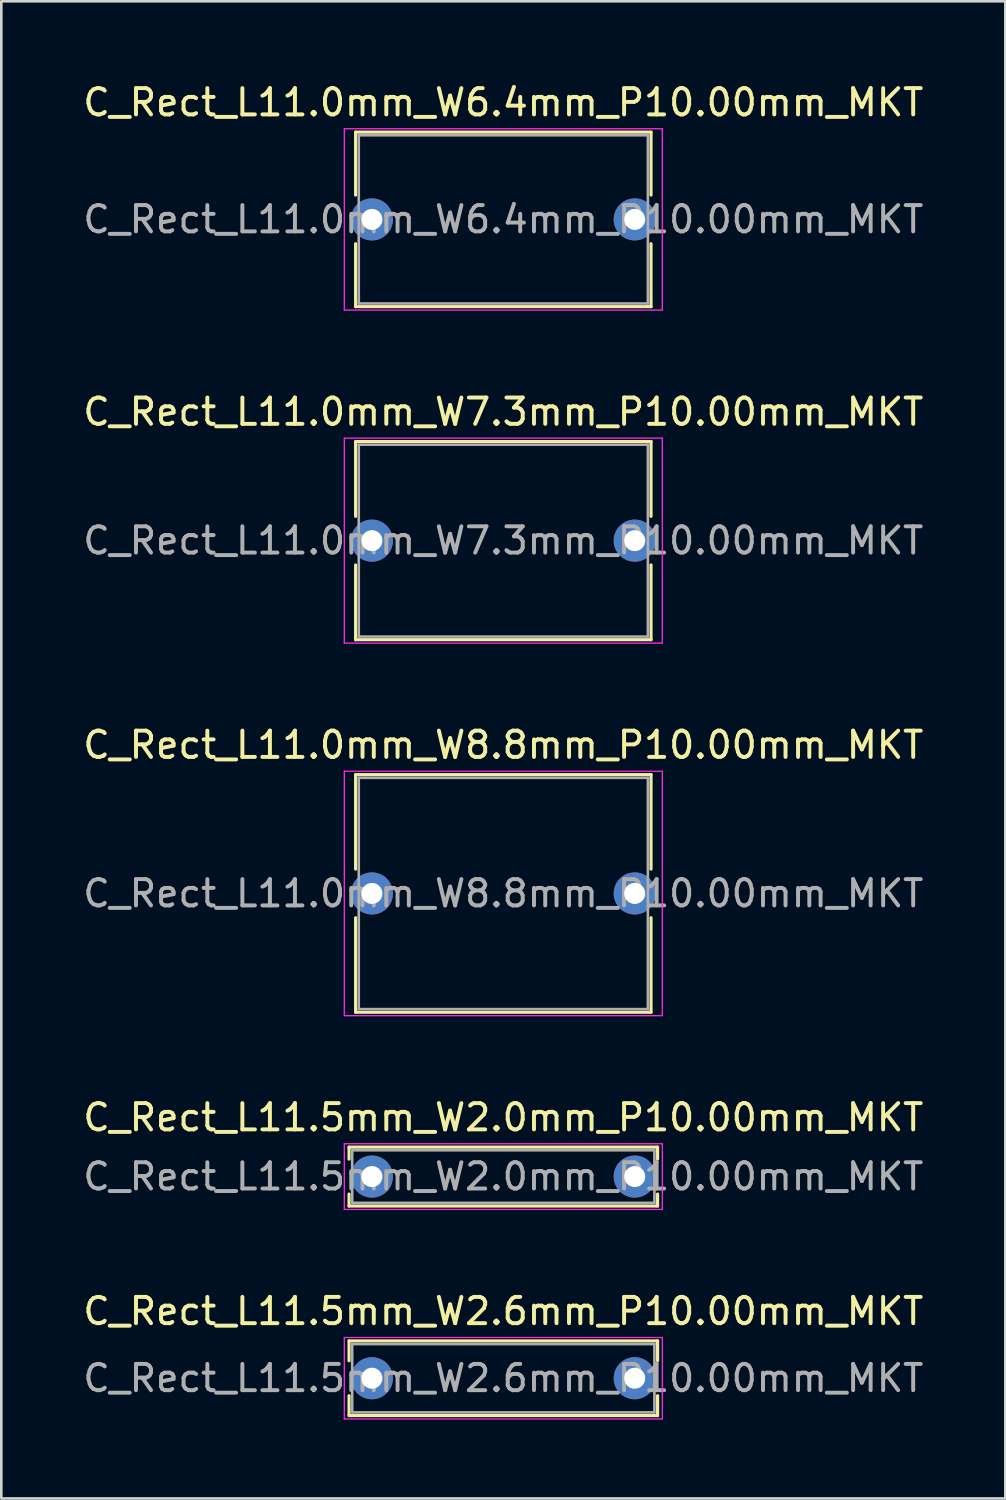
<source format=kicad_pcb>
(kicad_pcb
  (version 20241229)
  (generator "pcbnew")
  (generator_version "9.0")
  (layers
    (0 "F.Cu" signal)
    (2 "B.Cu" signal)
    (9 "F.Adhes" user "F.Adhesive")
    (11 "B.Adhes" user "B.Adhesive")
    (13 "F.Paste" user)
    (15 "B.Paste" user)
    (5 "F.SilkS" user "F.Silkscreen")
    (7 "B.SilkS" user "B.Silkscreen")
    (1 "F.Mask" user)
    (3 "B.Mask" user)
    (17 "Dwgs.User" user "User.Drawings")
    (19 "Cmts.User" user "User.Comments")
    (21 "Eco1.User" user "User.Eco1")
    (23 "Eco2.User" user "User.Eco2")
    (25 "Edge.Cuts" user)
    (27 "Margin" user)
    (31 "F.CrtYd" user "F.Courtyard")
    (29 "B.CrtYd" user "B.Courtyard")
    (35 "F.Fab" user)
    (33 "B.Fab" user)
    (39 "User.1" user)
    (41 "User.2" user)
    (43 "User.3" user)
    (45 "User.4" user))
  (footprint "C_Rect_L11.0mm_W6.4mm_P10.00mm_MKT"
    (layer "F.Cu")
    (at 11.101 5.298)
    (property "Reference" "C_Rect_L11.0mm_W6.4mm_P10.00mm_MKT" (at 5 -4.45 0) (layer "F.SilkS") (effects (font (size 1 1) (thickness 0.15))))
    (attr through_hole)
    (fp_line (start -0.62 -3.32) (end -0.62 -0.925) (stroke (width 0.12) (type solid)) (layer "F.SilkS"))
    (fp_line (start -0.62 -3.32) (end 10.62 -3.32) (stroke (width 0.12) (type solid)) (layer "F.SilkS"))
    (fp_line (start -0.62 0.925) (end -0.62 3.32) (stroke (width 0.12) (type solid)) (layer "F.SilkS"))
    (fp_line (start -0.62 3.32) (end 10.62 3.32) (stroke (width 0.12) (type solid)) (layer "F.SilkS"))
    (fp_line (start 10.62 -3.32) (end 10.62 -0.925) (stroke (width 0.12) (type solid)) (layer "F.SilkS"))
    (fp_line (start 10.62 0.925) (end 10.62 3.32) (stroke (width 0.12) (type solid)) (layer "F.SilkS"))
    (fp_line (start -1.05 -3.45) (end -1.05 3.45) (stroke (width 0.05) (type solid)) (layer "F.CrtYd"))
    (fp_line (start -1.05 3.45) (end 11.05 3.45) (stroke (width 0.05) (type solid)) (layer "F.CrtYd"))
    (fp_line (start 11.05 -3.45) (end -1.05 -3.45) (stroke (width 0.05) (type solid)) (layer "F.CrtYd"))
    (fp_line (start 11.05 3.45) (end 11.05 -3.45) (stroke (width 0.05) (type solid)) (layer "F.CrtYd"))
    (fp_line (start -0.5 -3.2) (end -0.5 3.2) (stroke (width 0.1) (type solid)) (layer "F.Fab"))
    (fp_line (start -0.5 3.2) (end 10.5 3.2) (stroke (width 0.1) (type solid)) (layer "F.Fab"))
    (fp_line (start 10.5 -3.2) (end -0.5 -3.2) (stroke (width 0.1) (type solid)) (layer "F.Fab"))
    (fp_line (start 10.5 3.2) (end 10.5 -3.2) (stroke (width 0.1) (type solid)) (layer "F.Fab"))
    (fp_text user "${REFERENCE}" (at 5 0 0) (layer "F.Fab") (effects (font (size 1 1) (thickness 0.15))))
    (pad "1" thru_hole circle (at 0 0) (size 1.6 1.6) (drill 0.8) (layers "*.Cu" "*.Mask"))
    (pad "2" thru_hole circle (at 10 0) (size 1.6 1.6) (drill 0.8) (layers "*.Cu" "*.Mask")))
  (footprint "C_Rect_L11.5mm_W2.0mm_P10.00mm_MKT"
    (layer "F.Cu")
    (at 11.101 41.718)
    (property "Reference" "C_Rect_L11.5mm_W2.0mm_P10.00mm_MKT" (at 5 -2.25 0) (layer "F.SilkS") (effects (font (size 1 1) (thickness 0.15))))
    (attr through_hole)
    (fp_line (start -0.87 -1.12) (end -0.87 -0.665) (stroke (width 0.12) (type solid)) (layer "F.SilkS"))
    (fp_line (start -0.87 -1.12) (end 10.87 -1.12) (stroke (width 0.12) (type solid)) (layer "F.SilkS"))
    (fp_line (start -0.87 0.665) (end -0.87 1.12) (stroke (width 0.12) (type solid)) (layer "F.SilkS"))
    (fp_line (start -0.87 1.12) (end 10.87 1.12) (stroke (width 0.12) (type solid)) (layer "F.SilkS"))
    (fp_line (start 10.87 -1.12) (end 10.87 -0.665) (stroke (width 0.12) (type solid)) (layer "F.SilkS"))
    (fp_line (start 10.87 0.665) (end 10.87 1.12) (stroke (width 0.12) (type solid)) (layer "F.SilkS"))
    (fp_line (start -1.05 -1.25) (end -1.05 1.25) (stroke (width 0.05) (type solid)) (layer "F.CrtYd"))
    (fp_line (start -1.05 1.25) (end 11.05 1.25) (stroke (width 0.05) (type solid)) (layer "F.CrtYd"))
    (fp_line (start 11.05 -1.25) (end -1.05 -1.25) (stroke (width 0.05) (type solid)) (layer "F.CrtYd"))
    (fp_line (start 11.05 1.25) (end 11.05 -1.25) (stroke (width 0.05) (type solid)) (layer "F.CrtYd"))
    (fp_line (start -0.75 -1) (end -0.75 1) (stroke (width 0.1) (type solid)) (layer "F.Fab"))
    (fp_line (start -0.75 1) (end 10.75 1) (stroke (width 0.1) (type solid)) (layer "F.Fab"))
    (fp_line (start 10.75 -1) (end -0.75 -1) (stroke (width 0.1) (type solid)) (layer "F.Fab"))
    (fp_line (start 10.75 1) (end 10.75 -1) (stroke (width 0.1) (type solid)) (layer "F.Fab"))
    (fp_text user "${REFERENCE}" (at 5 0 0) (layer "F.Fab") (effects (font (size 1 1) (thickness 0.15))))
    (pad "1" thru_hole circle (at 0 0) (size 1.6 1.6) (drill 0.8) (layers "*.Cu" "*.Mask"))
    (pad "2" thru_hole circle (at 10 0) (size 1.6 1.6) (drill 0.8) (layers "*.Cu" "*.Mask")))
  (footprint "C_Rect_L11.0mm_W8.8mm_P10.00mm_MKT"
    (layer "F.Cu")
    (at 11.101 30.945)
    (property "Reference" "C_Rect_L11.0mm_W8.8mm_P10.00mm_MKT" (at 5 -5.65 0) (layer "F.SilkS") (effects (font (size 1 1) (thickness 0.15))))
    (attr through_hole)
    (fp_line (start -0.62 -4.52) (end -0.62 -0.925) (stroke (width 0.12) (type solid)) (layer "F.SilkS"))
    (fp_line (start -0.62 -4.52) (end 10.62 -4.52) (stroke (width 0.12) (type solid)) (layer "F.SilkS"))
    (fp_line (start -0.62 0.925) (end -0.62 4.52) (stroke (width 0.12) (type solid)) (layer "F.SilkS"))
    (fp_line (start -0.62 4.52) (end 10.62 4.52) (stroke (width 0.12) (type solid)) (layer "F.SilkS"))
    (fp_line (start 10.62 -4.52) (end 10.62 -0.925) (stroke (width 0.12) (type solid)) (layer "F.SilkS"))
    (fp_line (start 10.62 0.925) (end 10.62 4.52) (stroke (width 0.12) (type solid)) (layer "F.SilkS"))
    (fp_line (start -1.05 -4.65) (end -1.05 4.65) (stroke (width 0.05) (type solid)) (layer "F.CrtYd"))
    (fp_line (start -1.05 4.65) (end 11.05 4.65) (stroke (width 0.05) (type solid)) (layer "F.CrtYd"))
    (fp_line (start 11.05 -4.65) (end -1.05 -4.65) (stroke (width 0.05) (type solid)) (layer "F.CrtYd"))
    (fp_line (start 11.05 4.65) (end 11.05 -4.65) (stroke (width 0.05) (type solid)) (layer "F.CrtYd"))
    (fp_line (start -0.5 -4.4) (end -0.5 4.4) (stroke (width 0.1) (type solid)) (layer "F.Fab"))
    (fp_line (start -0.5 4.4) (end 10.5 4.4) (stroke (width 0.1) (type solid)) (layer "F.Fab"))
    (fp_line (start 10.5 -4.4) (end -0.5 -4.4) (stroke (width 0.1) (type solid)) (layer "F.Fab"))
    (fp_line (start 10.5 4.4) (end 10.5 -4.4) (stroke (width 0.1) (type solid)) (layer "F.Fab"))
    (fp_text user "${REFERENCE}" (at 5 0 0) (layer "F.Fab") (effects (font (size 1 1) (thickness 0.15))))
    (pad "1" thru_hole circle (at 0 0) (size 1.6 1.6) (drill 0.8) (layers "*.Cu" "*.Mask"))
    (pad "2" thru_hole circle (at 10 0) (size 1.6 1.6) (drill 0.8) (layers "*.Cu" "*.Mask")))
  (footprint "C_Rect_L11.5mm_W2.6mm_P10.00mm_MKT"
    (layer "F.Cu")
    (at 11.101 49.391)
    (property "Reference" "C_Rect_L11.5mm_W2.6mm_P10.00mm_MKT" (at 5 -2.55 0) (layer "F.SilkS") (effects (font (size 1 1) (thickness 0.15))))
    (attr through_hole)
    (fp_line (start -0.87 -1.42) (end -0.87 -0.665) (stroke (width 0.12) (type solid)) (layer "F.SilkS"))
    (fp_line (start -0.87 -1.42) (end 10.87 -1.42) (stroke (width 0.12) (type solid)) (layer "F.SilkS"))
    (fp_line (start -0.87 0.665) (end -0.87 1.42) (stroke (width 0.12) (type solid)) (layer "F.SilkS"))
    (fp_line (start -0.87 1.42) (end 10.87 1.42) (stroke (width 0.12) (type solid)) (layer "F.SilkS"))
    (fp_line (start 10.87 -1.42) (end 10.87 -0.665) (stroke (width 0.12) (type solid)) (layer "F.SilkS"))
    (fp_line (start 10.87 0.665) (end 10.87 1.42) (stroke (width 0.12) (type solid)) (layer "F.SilkS"))
    (fp_line (start -1.05 -1.55) (end -1.05 1.55) (stroke (width 0.05) (type solid)) (layer "F.CrtYd"))
    (fp_line (start -1.05 1.55) (end 11.05 1.55) (stroke (width 0.05) (type solid)) (layer "F.CrtYd"))
    (fp_line (start 11.05 -1.55) (end -1.05 -1.55) (stroke (width 0.05) (type solid)) (layer "F.CrtYd"))
    (fp_line (start 11.05 1.55) (end 11.05 -1.55) (stroke (width 0.05) (type solid)) (layer "F.CrtYd"))
    (fp_line (start -0.75 -1.3) (end -0.75 1.3) (stroke (width 0.1) (type solid)) (layer "F.Fab"))
    (fp_line (start -0.75 1.3) (end 10.75 1.3) (stroke (width 0.1) (type solid)) (layer "F.Fab"))
    (fp_line (start 10.75 -1.3) (end -0.75 -1.3) (stroke (width 0.1) (type solid)) (layer "F.Fab"))
    (fp_line (start 10.75 1.3) (end 10.75 -1.3) (stroke (width 0.1) (type solid)) (layer "F.Fab"))
    (fp_text user "${REFERENCE}" (at 5 0 0) (layer "F.Fab") (effects (font (size 1 1) (thickness 0.15))))
    (pad "1" thru_hole circle (at 0 0) (size 1.6 1.6) (drill 0.8) (layers "*.Cu" "*.Mask"))
    (pad "2" thru_hole circle (at 10 0) (size 1.6 1.6) (drill 0.8) (layers "*.Cu" "*.Mask")))
  (footprint "C_Rect_L11.0mm_W7.3mm_P10.00mm_MKT"
    (layer "F.Cu")
    (at 11.101 17.521)
    (property "Reference" "C_Rect_L11.0mm_W7.3mm_P10.00mm_MKT" (at 5 -4.9 0) (layer "F.SilkS") (effects (font (size 1 1) (thickness 0.15))))
    (attr through_hole)
    (fp_line (start -0.62 -3.77) (end -0.62 -0.925) (stroke (width 0.12) (type solid)) (layer "F.SilkS"))
    (fp_line (start -0.62 -3.77) (end 10.62 -3.77) (stroke (width 0.12) (type solid)) (layer "F.SilkS"))
    (fp_line (start -0.62 0.925) (end -0.62 3.77) (stroke (width 0.12) (type solid)) (layer "F.SilkS"))
    (fp_line (start -0.62 3.77) (end 10.62 3.77) (stroke (width 0.12) (type solid)) (layer "F.SilkS"))
    (fp_line (start 10.62 -3.77) (end 10.62 -0.925) (stroke (width 0.12) (type solid)) (layer "F.SilkS"))
    (fp_line (start 10.62 0.925) (end 10.62 3.77) (stroke (width 0.12) (type solid)) (layer "F.SilkS"))
    (fp_line (start -1.05 -3.9) (end -1.05 3.9) (stroke (width 0.05) (type solid)) (layer "F.CrtYd"))
    (fp_line (start -1.05 3.9) (end 11.05 3.9) (stroke (width 0.05) (type solid)) (layer "F.CrtYd"))
    (fp_line (start 11.05 -3.9) (end -1.05 -3.9) (stroke (width 0.05) (type solid)) (layer "F.CrtYd"))
    (fp_line (start 11.05 3.9) (end 11.05 -3.9) (stroke (width 0.05) (type solid)) (layer "F.CrtYd"))
    (fp_line (start -0.5 -3.65) (end -0.5 3.65) (stroke (width 0.1) (type solid)) (layer "F.Fab"))
    (fp_line (start -0.5 3.65) (end 10.5 3.65) (stroke (width 0.1) (type solid)) (layer "F.Fab"))
    (fp_line (start 10.5 -3.65) (end -0.5 -3.65) (stroke (width 0.1) (type solid)) (layer "F.Fab"))
    (fp_line (start 10.5 3.65) (end 10.5 -3.65) (stroke (width 0.1) (type solid)) (layer "F.Fab"))
    (fp_text user "${REFERENCE}" (at 5 0 0) (layer "F.Fab") (effects (font (size 1 1) (thickness 0.15))))
    (pad "1" thru_hole circle (at 0 0) (size 1.6 1.6) (drill 0.8) (layers "*.Cu" "*.Mask"))
    (pad "2" thru_hole circle (at 10 0) (size 1.6 1.6) (drill 0.8) (layers "*.Cu" "*.Mask")))
  (gr_rect
    (start -3 -3)
    (end 35.202 53.966)
    (stroke (width 0.1) (type default))
    (fill no)
    (layer "Edge.Cuts")))
</source>
